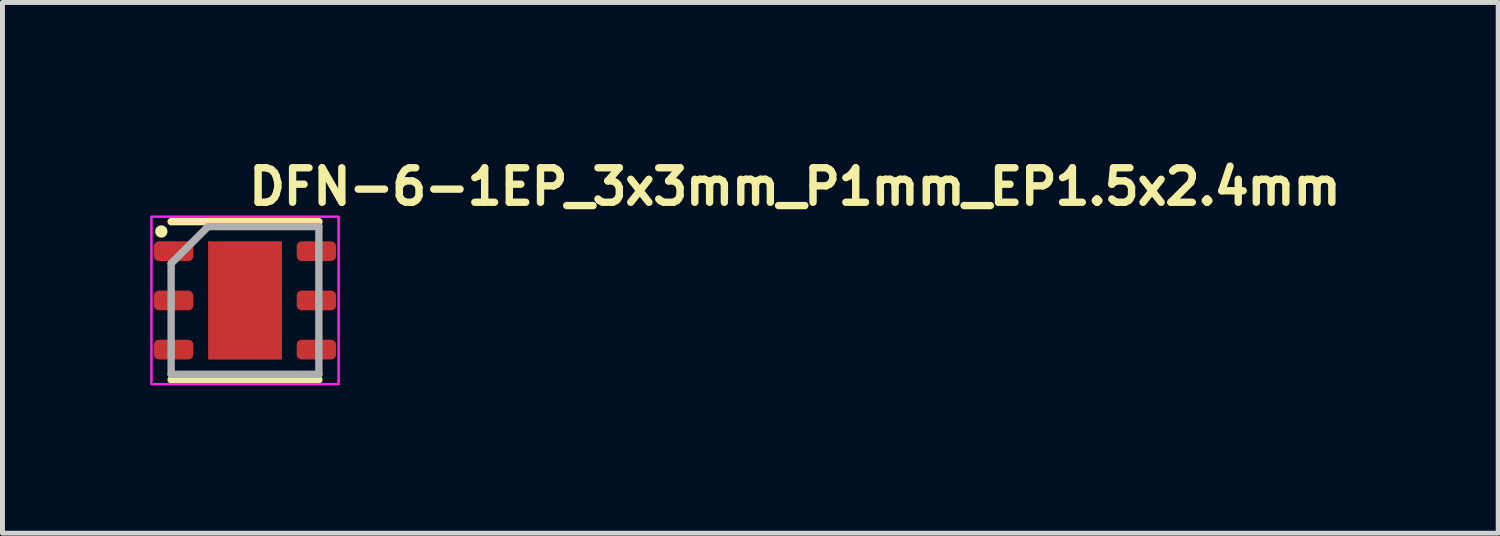
<source format=kicad_pcb>
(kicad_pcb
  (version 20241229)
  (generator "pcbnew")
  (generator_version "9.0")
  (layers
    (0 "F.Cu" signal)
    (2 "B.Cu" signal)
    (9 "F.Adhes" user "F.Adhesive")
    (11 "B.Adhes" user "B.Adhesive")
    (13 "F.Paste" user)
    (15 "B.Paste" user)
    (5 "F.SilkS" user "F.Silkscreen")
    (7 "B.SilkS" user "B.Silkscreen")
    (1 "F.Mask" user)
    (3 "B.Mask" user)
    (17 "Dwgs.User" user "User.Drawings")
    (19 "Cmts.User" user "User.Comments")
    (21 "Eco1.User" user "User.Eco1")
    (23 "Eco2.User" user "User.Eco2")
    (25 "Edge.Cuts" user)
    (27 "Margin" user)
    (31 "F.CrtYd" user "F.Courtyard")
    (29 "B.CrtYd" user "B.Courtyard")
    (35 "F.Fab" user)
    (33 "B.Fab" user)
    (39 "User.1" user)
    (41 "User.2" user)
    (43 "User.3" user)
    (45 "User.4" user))
  (footprint "DFN-6-1EP_3x3mm_P1mm_EP1.5x2.4mm"
    (layer "F.Cu")
    (at 1.925 3.05)
    (property "Reference" "DFN-6-1EP_3x3mm_P1mm_EP1.5x2.4mm" (at 0 -1.9 0) (layer "F.SilkS") (effects (font (size 0.7 0.7) (thickness 0.15)) (justify left bottom)))
    (attr smd)
    (fp_line (start -1.5 -1.6) (end 1.5 -1.6) (stroke (width 0.15) (type solid)) (layer "F.SilkS"))
    (fp_line (start -1.5 1.61) (end 1.499 1.61) (stroke (width 0.15) (type solid)) (layer "F.SilkS"))
    (fp_circle (center -1.7 -1.4) (end -1.65 -1.4) (stroke (width 0.15) (type solid)) (fill yes) (layer "F.SilkS"))
    (fp_rect (start -1.9 -1.7) (end 1.9 1.7) (stroke (width 0.05) (type solid)) (fill no) (layer "F.CrtYd"))
    (fp_line (start -1.5 -0.75) (end -0.75 -1.5) (stroke (width 0.15) (type solid)) (layer "F.Fab"))
    (fp_line (start -1.5 1.499) (end -1.5 -0.75) (stroke (width 0.15) (type solid)) (layer "F.Fab"))
    (fp_line (start -0.75 -1.5) (end 1.499 -1.5) (stroke (width 0.15) (type solid)) (layer "F.Fab"))
    (fp_line (start 1.499 -1.5) (end 1.499 1.499) (stroke (width 0.15) (type solid)) (layer "F.Fab"))
    (fp_line (start 1.499 1.499) (end -1.5 1.499) (stroke (width 0.15) (type solid)) (layer "F.Fab"))
    (fp_rect (start -1.526 -1.5) (end 1.523 1.499) (stroke (width 0.1) (type solid)) (fill no) (layer "User.5"))
    (fp_line (start -1.523 -0.748) (end -1.523 -1.148) (stroke (width 0.02) (type solid)) (layer "User.9"))
    (fp_line (start -1.523 0.202) (end -1.523 -0.2) (stroke (width 0.02) (type solid)) (layer "User.9"))
    (fp_line (start -1.523 1.151) (end -1.523 0.75) (stroke (width 0.02) (type solid)) (layer "User.9"))
    (fp_line (start -1.499 -1.481) (end -1.499 -1.479) (stroke (width 0.02) (type solid)) (layer "User.9"))
    (fp_line (start -1.499 -1.479) (end -1.499 -1.477) (stroke (width 0.02) (type solid)) (layer "User.9"))
    (fp_line (start -1.499 -1.477) (end -1.499 -1.477) (stroke (width 0.02) (type solid)) (layer "User.9"))
    (fp_line (start -1.499 -1.477) (end -1.499 -1.475) (stroke (width 0.02) (type solid)) (layer "User.9"))
    (fp_line (start -1.499 -1.475) (end -1.499 -1.475) (stroke (width 0.02) (type solid)) (layer "User.9"))
    (fp_line (start -1.499 -1.475) (end -1.499 1.476) (stroke (width 0.02) (type solid)) (layer "User.9"))
    (fp_line (start -1.499 -1.148) (end -1.523 -1.148) (stroke (width 0.02) (type solid)) (layer "User.9"))
    (fp_line (start -1.499 -0.748) (end -1.523 -0.748) (stroke (width 0.02) (type solid)) (layer "User.9"))
    (fp_line (start -1.499 -0.2) (end -1.523 -0.2) (stroke (width 0.02) (type solid)) (layer "User.9"))
    (fp_line (start -1.499 0.202) (end -1.523 0.202) (stroke (width 0.02) (type solid)) (layer "User.9"))
    (fp_line (start -1.499 0.75) (end -1.523 0.75) (stroke (width 0.02) (type solid)) (layer "User.9"))
    (fp_line (start -1.499 1.151) (end -1.523 1.151) (stroke (width 0.02) (type solid)) (layer "User.9"))
    (fp_line (start -1.499 1.476) (end -1.499 1.478) (stroke (width 0.02) (type solid)) (layer "User.9"))
    (fp_line (start -1.499 1.478) (end -1.499 1.478) (stroke (width 0.02) (type solid)) (layer "User.9"))
    (fp_line (start -1.499 1.478) (end -1.499 1.48) (stroke (width 0.02) (type solid)) (layer "User.9"))
    (fp_line (start -1.499 1.48) (end -1.499 1.482) (stroke (width 0.02) (type solid)) (layer "User.9"))
    (fp_line (start -1.499 1.482) (end -1.499 1.482) (stroke (width 0.02) (type solid)) (layer "User.9"))
    (fp_line (start -1.499 1.482) (end -1.497 1.484) (stroke (width 0.02) (type solid)) (layer "User.9"))
    (fp_line (start -1.497 -1.485) (end -1.497 -1.483) (stroke (width 0.02) (type solid)) (layer "User.9"))
    (fp_line (start -1.497 -1.483) (end -1.497 -1.483) (stroke (width 0.02) (type solid)) (layer "User.9"))
    (fp_line (start -1.497 -1.483) (end -1.497 -1.481) (stroke (width 0.02) (type solid)) (layer "User.9"))
    (fp_line (start -1.497 -1.481) (end -1.499 -1.481) (stroke (width 0.02) (type solid)) (layer "User.9"))
    (fp_line (start -1.497 1.484) (end -1.497 1.484) (stroke (width 0.02) (type solid)) (layer "User.9"))
    (fp_line (start -1.497 1.484) (end -1.497 1.486) (stroke (width 0.02) (type solid)) (layer "User.9"))
    (fp_line (start -1.497 1.486) (end -1.497 1.486) (stroke (width 0.02) (type solid)) (layer "User.9"))
    (fp_line (start -1.497 1.486) (end -1.495 1.488) (stroke (width 0.02) (type solid)) (layer "User.9"))
    (fp_line (start -1.495 -1.489) (end -1.495 -1.487) (stroke (width 0.02) (type solid)) (layer "User.9"))
    (fp_line (start -1.495 -1.487) (end -1.495 -1.487) (stroke (width 0.02) (type solid)) (layer "User.9"))
    (fp_line (start -1.495 -1.487) (end -1.495 -1.485) (stroke (width 0.02) (type solid)) (layer "User.9"))
    (fp_line (start -1.495 -1.485) (end -1.497 -1.485) (stroke (width 0.02) (type solid)) (layer "User.9"))
    (fp_line (start -1.495 1.488) (end -1.495 1.488) (stroke (width 0.02) (type solid)) (layer "User.9"))
    (fp_line (start -1.495 1.488) (end -1.495 1.49) (stroke (width 0.02) (type solid)) (layer "User.9"))
    (fp_line (start -1.495 1.49) (end -1.495 1.49) (stroke (width 0.02) (type solid)) (layer "User.9"))
    (fp_line (start -1.495 1.49) (end -1.493 1.492) (stroke (width 0.02) (type solid)) (layer "User.9"))
    (fp_line (start -1.493 -1.491) (end -1.493 -1.489) (stroke (width 0.02) (type solid)) (layer "User.9"))
    (fp_line (start -1.493 -1.489) (end -1.495 -1.489) (stroke (width 0.02) (type solid)) (layer "User.9"))
    (fp_line (start -1.493 1.492) (end -1.493 1.492) (stroke (width 0.02) (type solid)) (layer "User.9"))
    (fp_line (start -1.493 1.492) (end -1.491 1.494) (stroke (width 0.02) (type solid)) (layer "User.9"))
    (fp_line (start -1.491 -1.493) (end -1.491 -1.491) (stroke (width 0.02) (type solid)) (layer "User.9"))
    (fp_line (start -1.491 -1.491) (end -1.493 -1.491) (stroke (width 0.02) (type solid)) (layer "User.9"))
    (fp_line (start -1.491 1.494) (end -1.491 1.494) (stroke (width 0.02) (type solid)) (layer "User.9"))
    (fp_line (start -1.491 1.494) (end -1.489 1.496) (stroke (width 0.02) (type solid)) (layer "User.9"))
    (fp_line (start -1.489 -1.495) (end -1.489 -1.493) (stroke (width 0.02) (type solid)) (layer "User.9"))
    (fp_line (start -1.489 -1.493) (end -1.491 -1.493) (stroke (width 0.02) (type solid)) (layer "User.9"))
    (fp_line (start -1.489 1.496) (end -1.489 1.496) (stroke (width 0.02) (type solid)) (layer "User.9"))
    (fp_line (start -1.489 1.496) (end -1.487 1.496) (stroke (width 0.02) (type solid)) (layer "User.9"))
    (fp_line (start -1.487 -1.495) (end -1.489 -1.495) (stroke (width 0.02) (type solid)) (layer "User.9"))
    (fp_line (start -1.487 -1.495) (end -1.487 -1.495) (stroke (width 0.02) (type solid)) (layer "User.9"))
    (fp_line (start -1.487 1.496) (end -1.487 1.498) (stroke (width 0.02) (type solid)) (layer "User.9"))
    (fp_line (start -1.487 1.498) (end -1.485 1.498) (stroke (width 0.02) (type solid)) (layer "User.9"))
    (fp_line (start -1.485 -1.497) (end -1.485 -1.495) (stroke (width 0.02) (type solid)) (layer "User.9"))
    (fp_line (start -1.485 -1.495) (end -1.487 -1.495) (stroke (width 0.02) (type solid)) (layer "User.9"))
    (fp_line (start -1.485 1.498) (end -1.485 1.498) (stroke (width 0.02) (type solid)) (layer "User.9"))
    (fp_line (start -1.485 1.498) (end -1.483 1.5) (stroke (width 0.02) (type solid)) (layer "User.9"))
    (fp_line (start -1.483 -1.497) (end -1.485 -1.497) (stroke (width 0.02) (type solid)) (layer "User.9"))
    (fp_line (start -1.483 -1.497) (end -1.483 -1.497) (stroke (width 0.02) (type solid)) (layer "User.9"))
    (fp_line (start -1.483 1.5) (end -1.483 1.5) (stroke (width 0.02) (type solid)) (layer "User.9"))
    (fp_line (start -1.483 1.5) (end -1.481 1.5) (stroke (width 0.02) (type solid)) (layer "User.9"))
    (fp_line (start -1.481 -1.499) (end -1.481 -1.497) (stroke (width 0.02) (type solid)) (layer "User.9"))
    (fp_line (start -1.481 -1.497) (end -1.483 -1.497) (stroke (width 0.02) (type solid)) (layer "User.9"))
    (fp_line (start -1.481 1.5) (end -1.481 1.5) (stroke (width 0.02) (type solid)) (layer "User.9"))
    (fp_line (start -1.481 1.5) (end -1.479 1.5) (stroke (width 0.02) (type solid)) (layer "User.9"))
    (fp_line (start -1.479 -1.499) (end -1.481 -1.499) (stroke (width 0.02) (type solid)) (layer "User.9"))
    (fp_line (start -1.479 1.5) (end -1.477 1.5) (stroke (width 0.02) (type solid)) (layer "User.9"))
    (fp_line (start -1.477 -1.499) (end -1.479 -1.499) (stroke (width 0.02) (type solid)) (layer "User.9"))
    (fp_line (start -1.477 -1.499) (end -1.477 -1.499) (stroke (width 0.02) (type solid)) (layer "User.9"))
    (fp_line (start -1.477 1.5) (end -1.477 1.5) (stroke (width 0.02) (type solid)) (layer "User.9"))
    (fp_line (start -1.477 1.5) (end -1.475 1.5) (stroke (width 0.02) (type solid)) (layer "User.9"))
    (fp_line (start -1.475 -1.499) (end -1.477 -1.499) (stroke (width 0.02) (type solid)) (layer "User.9"))
    (fp_line (start -1.475 -1.499) (end -1.475 -1.499) (stroke (width 0.02) (type solid)) (layer "User.9"))
    (fp_line (start -1.475 1.5) (end -1.475 1.5) (stroke (width 0.02) (type solid)) (layer "User.9"))
    (fp_line (start -1.324 -0.964) (end -1.324 -0.957) (stroke (width 0.02) (type solid)) (layer "User.9"))
    (fp_line (start -1.324 -0.957) (end -1.324 -0.949) (stroke (width 0.02) (type solid)) (layer "User.9"))
    (fp_line (start -1.324 -0.949) (end -1.324 -0.949) (stroke (width 0.02) (type solid)) (layer "User.9"))
    (fp_line (start -1.324 -0.949) (end -1.324 -0.949) (stroke (width 0.02) (type solid)) (layer "User.9"))
    (fp_line (start -1.324 -0.949) (end -1.324 -0.942) (stroke (width 0.02) (type solid)) (layer "User.9"))
    (fp_line (start -1.324 -0.942) (end -1.324 -0.934) (stroke (width 0.02) (type solid)) (layer "User.9"))
    (fp_line (start -1.324 -0.934) (end -1.322 -0.927) (stroke (width 0.02) (type solid)) (layer "User.9"))
    (fp_line (start -1.322 -0.971) (end -1.324 -0.964) (stroke (width 0.02) (type solid)) (layer "User.9"))
    (fp_line (start -1.322 -0.927) (end -1.32 -0.919) (stroke (width 0.02) (type solid)) (layer "User.9"))
    (fp_line (start -1.32 -0.986) (end -1.32 -0.979) (stroke (width 0.02) (type solid)) (layer "User.9"))
    (fp_line (start -1.32 -0.979) (end -1.322 -0.971) (stroke (width 0.02) (type solid)) (layer "User.9"))
    (fp_line (start -1.32 -0.919) (end -1.32 -0.912) (stroke (width 0.02) (type solid)) (layer "User.9"))
    (fp_line (start -1.32 -0.912) (end -1.318 -0.905) (stroke (width 0.02) (type solid)) (layer "User.9"))
    (fp_line (start -1.318 -0.993) (end -1.32 -0.986) (stroke (width 0.02) (type solid)) (layer "User.9"))
    (fp_line (start -1.318 -0.905) (end -1.314 -0.898) (stroke (width 0.02) (type solid)) (layer "User.9"))
    (fp_line (start -1.314 -1.001) (end -1.318 -0.993) (stroke (width 0.02) (type solid)) (layer "User.9"))
    (fp_line (start -1.314 -0.898) (end -1.312 -0.89) (stroke (width 0.02) (type solid)) (layer "User.9"))
    (fp_line (start -1.312 -1.007) (end -1.314 -1.001) (stroke (width 0.02) (type solid)) (layer "User.9"))
    (fp_line (start -1.312 -0.89) (end -1.31 -0.883) (stroke (width 0.02) (type solid)) (layer "User.9"))
    (fp_line (start -1.31 -1.015) (end -1.312 -1.007) (stroke (width 0.02) (type solid)) (layer "User.9"))
    (fp_line (start -1.31 -0.883) (end -1.306 -0.877) (stroke (width 0.02) (type solid)) (layer "User.9"))
    (fp_line (start -1.306 -1.021) (end -1.31 -1.015) (stroke (width 0.02) (type solid)) (layer "User.9"))
    (fp_line (start -1.306 -0.877) (end -1.302 -0.871) (stroke (width 0.02) (type solid)) (layer "User.9"))
    (fp_line (start -1.302 -1.026) (end -1.306 -1.021) (stroke (width 0.02) (type solid)) (layer "User.9"))
    (fp_line (start -1.302 -0.871) (end -1.298 -0.865) (stroke (width 0.02) (type solid)) (layer "User.9"))
    (fp_line (start -1.298 -1.032) (end -1.302 -1.026) (stroke (width 0.02) (type solid)) (layer "User.9"))
    (fp_line (start -1.298 -0.865) (end -1.294 -0.859) (stroke (width 0.02) (type solid)) (layer "User.9"))
    (fp_line (start -1.294 -1.038) (end -1.298 -1.032) (stroke (width 0.02) (type solid)) (layer "User.9"))
    (fp_line (start -1.294 -0.859) (end -1.29 -0.853) (stroke (width 0.02) (type solid)) (layer "User.9"))
    (fp_line (start -1.29 -1.044) (end -1.294 -1.038) (stroke (width 0.02) (type solid)) (layer "User.9"))
    (fp_line (start -1.29 -0.853) (end -1.286 -0.848) (stroke (width 0.02) (type solid)) (layer "User.9"))
    (fp_line (start -1.286 -1.05) (end -1.29 -1.044) (stroke (width 0.02) (type solid)) (layer "User.9"))
    (fp_line (start -1.286 -0.848) (end -1.28 -0.842) (stroke (width 0.02) (type solid)) (layer "User.9"))
    (fp_line (start -1.28 -1.056) (end -1.286 -1.05) (stroke (width 0.02) (type solid)) (layer "User.9"))
    (fp_line (start -1.28 -0.842) (end -1.275 -0.837) (stroke (width 0.02) (type solid)) (layer "User.9"))
    (fp_line (start -1.275 -1.06) (end -1.28 -1.056) (stroke (width 0.02) (type solid)) (layer "User.9"))
    (fp_line (start -1.275 -0.837) (end -1.269 -0.833) (stroke (width 0.02) (type solid)) (layer "User.9"))
    (fp_line (start -1.269 -1.064) (end -1.275 -1.06) (stroke (width 0.02) (type solid)) (layer "User.9"))
    (fp_line (start -1.269 -0.833) (end -1.263 -0.829) (stroke (width 0.02) (type solid)) (layer "User.9"))
    (fp_line (start -1.263 -1.07) (end -1.269 -1.064) (stroke (width 0.02) (type solid)) (layer "User.9"))
    (fp_line (start -1.263 -0.829) (end -1.257 -0.825) (stroke (width 0.02) (type solid)) (layer "User.9"))
    (fp_line (start -1.257 -1.074) (end -1.263 -1.07) (stroke (width 0.02) (type solid)) (layer "User.9"))
    (fp_line (start -1.257 -0.825) (end -1.251 -0.821) (stroke (width 0.02) (type solid)) (layer "User.9"))
    (fp_line (start -1.251 -1.078) (end -1.257 -1.074) (stroke (width 0.02) (type solid)) (layer "User.9"))
    (fp_line (start -1.251 -0.821) (end -1.245 -0.818) (stroke (width 0.02) (type solid)) (layer "User.9"))
    (fp_line (start -1.245 -1.08) (end -1.251 -1.078) (stroke (width 0.02) (type solid)) (layer "User.9"))
    (fp_line (start -1.245 -0.818) (end -1.239 -0.814) (stroke (width 0.02) (type solid)) (layer "User.9"))
    (fp_line (start -1.239 -1.084) (end -1.245 -1.08) (stroke (width 0.02) (type solid)) (layer "User.9"))
    (fp_line (start -1.239 -0.814) (end -1.233 -0.811) (stroke (width 0.02) (type solid)) (layer "User.9"))
    (fp_line (start -1.233 -1.088) (end -1.239 -1.084) (stroke (width 0.02) (type solid)) (layer "User.9"))
    (fp_line (start -1.233 -0.811) (end -1.225 -0.809) (stroke (width 0.02) (type solid)) (layer "User.9"))
    (fp_line (start -1.225 -1.09) (end -1.233 -1.088) (stroke (width 0.02) (type solid)) (layer "User.9"))
    (fp_line (start -1.225 -0.809) (end -1.219 -0.806) (stroke (width 0.02) (type solid)) (layer "User.9"))
    (fp_line (start -1.219 -1.092) (end -1.225 -1.09) (stroke (width 0.02) (type solid)) (layer "User.9"))
    (fp_line (start -1.219 -0.806) (end -1.211 -0.804) (stroke (width 0.02) (type solid)) (layer "User.9"))
    (fp_line (start -1.211 -1.094) (end -1.219 -1.092) (stroke (width 0.02) (type solid)) (layer "User.9"))
    (fp_line (start -1.211 -0.804) (end -1.205 -0.803) (stroke (width 0.02) (type solid)) (layer "User.9"))
    (fp_line (start -1.205 -1.096) (end -1.211 -1.094) (stroke (width 0.02) (type solid)) (layer "User.9"))
    (fp_line (start -1.205 -0.803) (end -1.197 -0.801) (stroke (width 0.02) (type solid)) (layer "User.9"))
    (fp_line (start -1.197 -1.098) (end -1.205 -1.096) (stroke (width 0.02) (type solid)) (layer "User.9"))
    (fp_line (start -1.197 -0.801) (end -1.189 -0.8) (stroke (width 0.02) (type solid)) (layer "User.9"))
    (fp_line (start -1.189 -1.098) (end -1.197 -1.098) (stroke (width 0.02) (type solid)) (layer "User.9"))
    (fp_line (start -1.189 -0.8) (end -1.181 -0.8) (stroke (width 0.02) (type solid)) (layer "User.9"))
    (fp_line (start -1.181 -1.098) (end -1.189 -1.098) (stroke (width 0.02) (type solid)) (layer "User.9"))
    (fp_line (start -1.181 -0.8) (end -1.175 -0.8) (stroke (width 0.02) (type solid)) (layer "User.9"))
    (fp_line (start -1.175 -1.1) (end -1.181 -1.098) (stroke (width 0.02) (type solid)) (layer "User.9"))
    (fp_line (start -1.175 -1.1) (end -1.175 -1.1) (stroke (width 0.02) (type solid)) (layer "User.9"))
    (fp_line (start -1.175 -0.8) (end -1.175 -0.8) (stroke (width 0.02) (type solid)) (layer "User.9"))
    (fp_line (start -1.175 -0.8) (end -1.167 -0.8) (stroke (width 0.02) (type solid)) (layer "User.9"))
    (fp_line (start -1.167 -1.098) (end -1.175 -1.1) (stroke (width 0.02) (type solid)) (layer "User.9"))
    (fp_line (start -1.167 -0.8) (end -1.159 -0.8) (stroke (width 0.02) (type solid)) (layer "User.9"))
    (fp_line (start -1.159 -1.098) (end -1.167 -1.098) (stroke (width 0.02) (type solid)) (layer "User.9"))
    (fp_line (start -1.159 -0.8) (end -1.152 -0.801) (stroke (width 0.02) (type solid)) (layer "User.9"))
    (fp_line (start -1.152 -1.098) (end -1.159 -1.098) (stroke (width 0.02) (type solid)) (layer "User.9"))
    (fp_line (start -1.152 -0.801) (end -1.144 -0.803) (stroke (width 0.02) (type solid)) (layer "User.9"))
    (fp_line (start -1.144 -1.096) (end -1.152 -1.098) (stroke (width 0.02) (type solid)) (layer "User.9"))
    (fp_line (start -1.144 -0.803) (end -1.136 -0.804) (stroke (width 0.02) (type solid)) (layer "User.9"))
    (fp_line (start -1.136 -1.094) (end -1.144 -1.096) (stroke (width 0.02) (type solid)) (layer "User.9"))
    (fp_line (start -1.136 -0.804) (end -1.13 -0.806) (stroke (width 0.02) (type solid)) (layer "User.9"))
    (fp_line (start -1.13 -1.092) (end -1.136 -1.094) (stroke (width 0.02) (type solid)) (layer "User.9"))
    (fp_line (start -1.13 -0.806) (end -1.122 -0.809) (stroke (width 0.02) (type solid)) (layer "User.9"))
    (fp_line (start -1.122 -1.09) (end -1.13 -1.092) (stroke (width 0.02) (type solid)) (layer "User.9"))
    (fp_line (start -1.122 -0.809) (end -1.116 -0.811) (stroke (width 0.02) (type solid)) (layer "User.9"))
    (fp_line (start -1.116 -1.088) (end -1.122 -1.09) (stroke (width 0.02) (type solid)) (layer "User.9"))
    (fp_line (start -1.116 -0.811) (end -1.108 -0.814) (stroke (width 0.02) (type solid)) (layer "User.9"))
    (fp_line (start -1.108 -1.084) (end -1.116 -1.088) (stroke (width 0.02) (type solid)) (layer "User.9"))
    (fp_line (start -1.108 -0.814) (end -1.102 -0.818) (stroke (width 0.02) (type solid)) (layer "User.9"))
    (fp_line (start -1.102 -1.08) (end -1.108 -1.084) (stroke (width 0.02) (type solid)) (layer "User.9"))
    (fp_line (start -1.102 -0.818) (end -1.096 -0.821) (stroke (width 0.02) (type solid)) (layer "User.9"))
    (fp_line (start -1.096 -1.078) (end -1.102 -1.08) (stroke (width 0.02) (type solid)) (layer "User.9"))
    (fp_line (start -1.096 -0.821) (end -1.09 -0.825) (stroke (width 0.02) (type solid)) (layer "User.9"))
    (fp_line (start -1.09 -1.074) (end -1.096 -1.078) (stroke (width 0.02) (type solid)) (layer "User.9"))
    (fp_line (start -1.09 -0.825) (end -1.084 -0.829) (stroke (width 0.02) (type solid)) (layer "User.9"))
    (fp_line (start -1.084 -1.07) (end -1.09 -1.074) (stroke (width 0.02) (type solid)) (layer "User.9"))
    (fp_line (start -1.084 -0.829) (end -1.078 -0.833) (stroke (width 0.02) (type solid)) (layer "User.9"))
    (fp_line (start -1.078 -1.064) (end -1.084 -1.07) (stroke (width 0.02) (type solid)) (layer "User.9"))
    (fp_line (start -1.078 -0.833) (end -1.074 -0.837) (stroke (width 0.02) (type solid)) (layer "User.9"))
    (fp_line (start -1.074 -1.06) (end -1.078 -1.064) (stroke (width 0.02) (type solid)) (layer "User.9"))
    (fp_line (start -1.074 -0.837) (end -1.068 -0.842) (stroke (width 0.02) (type solid)) (layer "User.9"))
    (fp_line (start -1.068 -1.056) (end -1.074 -1.06) (stroke (width 0.02) (type solid)) (layer "User.9"))
    (fp_line (start -1.068 -0.842) (end -1.062 -0.848) (stroke (width 0.02) (type solid)) (layer "User.9"))
    (fp_line (start -1.062 -1.05) (end -1.068 -1.056) (stroke (width 0.02) (type solid)) (layer "User.9"))
    (fp_line (start -1.062 -0.848) (end -1.058 -0.853) (stroke (width 0.02) (type solid)) (layer "User.9"))
    (fp_line (start -1.058 -1.044) (end -1.062 -1.05) (stroke (width 0.02) (type solid)) (layer "User.9"))
    (fp_line (start -1.058 -0.853) (end -1.054 -0.859) (stroke (width 0.02) (type solid)) (layer "User.9"))
    (fp_line (start -1.054 -1.038) (end -1.058 -1.044) (stroke (width 0.02) (type solid)) (layer "User.9"))
    (fp_line (start -1.054 -0.859) (end -1.05 -0.865) (stroke (width 0.02) (type solid)) (layer "User.9"))
    (fp_line (start -1.05 -1.032) (end -1.054 -1.038) (stroke (width 0.02) (type solid)) (layer "User.9"))
    (fp_line (start -1.05 -0.865) (end -1.046 -0.871) (stroke (width 0.02) (type solid)) (layer "User.9"))
    (fp_line (start -1.046 -1.026) (end -1.05 -1.032) (stroke (width 0.02) (type solid)) (layer "User.9"))
    (fp_line (start -1.046 -0.871) (end -1.042 -0.877) (stroke (width 0.02) (type solid)) (layer "User.9"))
    (fp_line (start -1.042 -1.021) (end -1.046 -1.026) (stroke (width 0.02) (type solid)) (layer "User.9"))
    (fp_line (start -1.042 -0.877) (end -1.038 -0.883) (stroke (width 0.02) (type solid)) (layer "User.9"))
    (fp_line (start -1.038 -1.015) (end -1.042 -1.021) (stroke (width 0.02) (type solid)) (layer "User.9"))
    (fp_line (start -1.038 -0.883) (end -1.036 -0.89) (stroke (width 0.02) (type solid)) (layer "User.9"))
    (fp_line (start -1.036 -1.007) (end -1.038 -1.015) (stroke (width 0.02) (type solid)) (layer "User.9"))
    (fp_line (start -1.036 -0.89) (end -1.034 -0.898) (stroke (width 0.02) (type solid)) (layer "User.9"))
    (fp_line (start -1.034 -1.001) (end -1.036 -1.007) (stroke (width 0.02) (type solid)) (layer "User.9"))
    (fp_line (start -1.034 -0.898) (end -1.03 -0.905) (stroke (width 0.02) (type solid)) (layer "User.9"))
    (fp_line (start -1.03 -0.993) (end -1.034 -1.001) (stroke (width 0.02) (type solid)) (layer "User.9"))
    (fp_line (start -1.03 -0.905) (end -1.028 -0.912) (stroke (width 0.02) (type solid)) (layer "User.9"))
    (fp_line (start -1.028 -0.986) (end -1.03 -0.993) (stroke (width 0.02) (type solid)) (layer "User.9"))
    (fp_line (start -1.028 -0.979) (end -1.028 -0.986) (stroke (width 0.02) (type solid)) (layer "User.9"))
    (fp_line (start -1.028 -0.919) (end -1.026 -0.927) (stroke (width 0.02) (type solid)) (layer "User.9"))
    (fp_line (start -1.028 -0.912) (end -1.028 -0.919) (stroke (width 0.02) (type solid)) (layer "User.9"))
    (fp_line (start -1.026 -0.971) (end -1.028 -0.979) (stroke (width 0.02) (type solid)) (layer "User.9"))
    (fp_line (start -1.026 -0.927) (end -1.024 -0.934) (stroke (width 0.02) (type solid)) (layer "User.9"))
    (fp_line (start -1.024 -0.964) (end -1.026 -0.971) (stroke (width 0.02) (type solid)) (layer "User.9"))
    (fp_line (start -1.024 -0.957) (end -1.024 -0.964) (stroke (width 0.02) (type solid)) (layer "User.9"))
    (fp_line (start -1.024 -0.949) (end -1.024 -0.957) (stroke (width 0.02) (type solid)) (layer "User.9"))
    (fp_line (start -1.024 -0.949) (end -1.024 -0.949) (stroke (width 0.02) (type solid)) (layer "User.9"))
    (fp_line (start -1.024 -0.942) (end -1.024 -0.949) (stroke (width 0.02) (type solid)) (layer "User.9"))
    (fp_line (start -1.024 -0.934) (end -1.024 -0.942) (stroke (width 0.02) (type solid)) (layer "User.9"))
    (fp_line (start 1.476 -1.499) (end -1.475 -1.499) (stroke (width 0.02) (type solid)) (layer "User.9"))
    (fp_line (start 1.476 1.5) (end -1.475 1.5) (stroke (width 0.02) (type solid)) (layer "User.9"))
    (fp_line (start 1.476 1.5) (end 1.478 1.5) (stroke (width 0.02) (type solid)) (layer "User.9"))
    (fp_line (start 1.478 -1.499) (end 1.476 -1.499) (stroke (width 0.02) (type solid)) (layer "User.9"))
    (fp_line (start 1.478 -1.499) (end 1.478 -1.499) (stroke (width 0.02) (type solid)) (layer "User.9"))
    (fp_line (start 1.478 1.5) (end 1.478 1.5) (stroke (width 0.02) (type solid)) (layer "User.9"))
    (fp_line (start 1.478 1.5) (end 1.48 1.5) (stroke (width 0.02) (type solid)) (layer "User.9"))
    (fp_line (start 1.48 -1.499) (end 1.478 -1.499) (stroke (width 0.02) (type solid)) (layer "User.9"))
    (fp_line (start 1.48 1.5) (end 1.482 1.5) (stroke (width 0.02) (type solid)) (layer "User.9"))
    (fp_line (start 1.482 -1.499) (end 1.48 -1.499) (stroke (width 0.02) (type solid)) (layer "User.9"))
    (fp_line (start 1.482 -1.499) (end 1.482 -1.499) (stroke (width 0.02) (type solid)) (layer "User.9"))
    (fp_line (start 1.482 1.5) (end 1.482 1.5) (stroke (width 0.02) (type solid)) (layer "User.9"))
    (fp_line (start 1.482 1.5) (end 1.484 1.5) (stroke (width 0.02) (type solid)) (layer "User.9"))
    (fp_line (start 1.484 -1.497) (end 1.482 -1.499) (stroke (width 0.02) (type solid)) (layer "User.9"))
    (fp_line (start 1.484 -1.497) (end 1.484 -1.497) (stroke (width 0.02) (type solid)) (layer "User.9"))
    (fp_line (start 1.484 1.5) (end 1.484 1.5) (stroke (width 0.02) (type solid)) (layer "User.9"))
    (fp_line (start 1.484 1.5) (end 1.486 1.5) (stroke (width 0.02) (type solid)) (layer "User.9"))
    (fp_line (start 1.486 -1.497) (end 1.484 -1.497) (stroke (width 0.02) (type solid)) (layer "User.9"))
    (fp_line (start 1.486 -1.497) (end 1.486 -1.497) (stroke (width 0.02) (type solid)) (layer "User.9"))
    (fp_line (start 1.486 1.498) (end 1.488 1.498) (stroke (width 0.02) (type solid)) (layer "User.9"))
    (fp_line (start 1.486 1.5) (end 1.486 1.498) (stroke (width 0.02) (type solid)) (layer "User.9"))
    (fp_line (start 1.488 -1.495) (end 1.486 -1.497) (stroke (width 0.02) (type solid)) (layer "User.9"))
    (fp_line (start 1.488 -1.495) (end 1.488 -1.495) (stroke (width 0.02) (type solid)) (layer "User.9"))
    (fp_line (start 1.488 1.498) (end 1.488 1.498) (stroke (width 0.02) (type solid)) (layer "User.9"))
    (fp_line (start 1.488 1.498) (end 1.49 1.496) (stroke (width 0.02) (type solid)) (layer "User.9"))
    (fp_line (start 1.49 -1.495) (end 1.488 -1.495) (stroke (width 0.02) (type solid)) (layer "User.9"))
    (fp_line (start 1.49 -1.495) (end 1.49 -1.495) (stroke (width 0.02) (type solid)) (layer "User.9"))
    (fp_line (start 1.49 1.496) (end 1.49 1.496) (stroke (width 0.02) (type solid)) (layer "User.9"))
    (fp_line (start 1.49 1.496) (end 1.492 1.496) (stroke (width 0.02) (type solid)) (layer "User.9"))
    (fp_line (start 1.492 -1.493) (end 1.49 -1.495) (stroke (width 0.02) (type solid)) (layer "User.9"))
    (fp_line (start 1.492 -1.493) (end 1.492 -1.493) (stroke (width 0.02) (type solid)) (layer "User.9"))
    (fp_line (start 1.492 1.494) (end 1.494 1.494) (stroke (width 0.02) (type solid)) (layer "User.9"))
    (fp_line (start 1.492 1.496) (end 1.492 1.494) (stroke (width 0.02) (type solid)) (layer "User.9"))
    (fp_line (start 1.494 -1.491) (end 1.492 -1.493) (stroke (width 0.02) (type solid)) (layer "User.9"))
    (fp_line (start 1.494 -1.491) (end 1.494 -1.491) (stroke (width 0.02) (type solid)) (layer "User.9"))
    (fp_line (start 1.494 1.492) (end 1.496 1.492) (stroke (width 0.02) (type solid)) (layer "User.9"))
    (fp_line (start 1.494 1.494) (end 1.494 1.492) (stroke (width 0.02) (type solid)) (layer "User.9"))
    (fp_line (start 1.496 -1.489) (end 1.494 -1.491) (stroke (width 0.02) (type solid)) (layer "User.9"))
    (fp_line (start 1.496 -1.489) (end 1.496 -1.489) (stroke (width 0.02) (type solid)) (layer "User.9"))
    (fp_line (start 1.496 -1.487) (end 1.496 -1.489) (stroke (width 0.02) (type solid)) (layer "User.9"))
    (fp_line (start 1.496 1.49) (end 1.496 1.49) (stroke (width 0.02) (type solid)) (layer "User.9"))
    (fp_line (start 1.496 1.49) (end 1.498 1.488) (stroke (width 0.02) (type solid)) (layer "User.9"))
    (fp_line (start 1.496 1.492) (end 1.496 1.49) (stroke (width 0.02) (type solid)) (layer "User.9"))
    (fp_line (start 1.498 -1.487) (end 1.496 -1.487) (stroke (width 0.02) (type solid)) (layer "User.9"))
    (fp_line (start 1.498 -1.485) (end 1.498 -1.487) (stroke (width 0.02) (type solid)) (layer "User.9"))
    (fp_line (start 1.498 -1.485) (end 1.498 -1.485) (stroke (width 0.02) (type solid)) (layer "User.9"))
    (fp_line (start 1.498 1.486) (end 1.5 1.486) (stroke (width 0.02) (type solid)) (layer "User.9"))
    (fp_line (start 1.498 1.488) (end 1.498 1.486) (stroke (width 0.02) (type solid)) (layer "User.9"))
    (fp_line (start 1.498 1.488) (end 1.498 1.488) (stroke (width 0.02) (type solid)) (layer "User.9"))
    (fp_line (start 1.5 -1.483) (end 1.498 -1.485) (stroke (width 0.02) (type solid)) (layer "User.9"))
    (fp_line (start 1.5 -1.483) (end 1.5 -1.483) (stroke (width 0.02) (type solid)) (layer "User.9"))
    (fp_line (start 1.5 -1.481) (end 1.5 -1.483) (stroke (width 0.02) (type solid)) (layer "User.9"))
    (fp_line (start 1.5 -1.481) (end 1.5 -1.481) (stroke (width 0.02) (type solid)) (layer "User.9"))
    (fp_line (start 1.5 -1.479) (end 1.5 -1.481) (stroke (width 0.02) (type solid)) (layer "User.9"))
    (fp_line (start 1.5 -1.477) (end 1.5 -1.479) (stroke (width 0.02) (type solid)) (layer "User.9"))
    (fp_line (start 1.5 -1.477) (end 1.5 -1.477) (stroke (width 0.02) (type solid)) (layer "User.9"))
    (fp_line (start 1.5 -1.475) (end 1.5 -1.477) (stroke (width 0.02) (type solid)) (layer "User.9"))
    (fp_line (start 1.5 -1.475) (end 1.5 -1.475) (stroke (width 0.02) (type solid)) (layer "User.9"))
    (fp_line (start 1.5 -1.475) (end 1.5 1.476) (stroke (width 0.02) (type solid)) (layer "User.9"))
    (fp_line (start 1.5 -1.148) (end 1.526 -1.148) (stroke (width 0.02) (type solid)) (layer "User.9"))
    (fp_line (start 1.5 -0.748) (end 1.526 -0.748) (stroke (width 0.02) (type solid)) (layer "User.9"))
    (fp_line (start 1.5 -0.2) (end 1.526 -0.2) (stroke (width 0.02) (type solid)) (layer "User.9"))
    (fp_line (start 1.5 0.202) (end 1.526 0.202) (stroke (width 0.02) (type solid)) (layer "User.9"))
    (fp_line (start 1.5 0.75) (end 1.526 0.75) (stroke (width 0.02) (type solid)) (layer "User.9"))
    (fp_line (start 1.5 1.151) (end 1.526 1.151) (stroke (width 0.02) (type solid)) (layer "User.9"))
    (fp_line (start 1.5 1.478) (end 1.5 1.476) (stroke (width 0.02) (type solid)) (layer "User.9"))
    (fp_line (start 1.5 1.478) (end 1.5 1.478) (stroke (width 0.02) (type solid)) (layer "User.9"))
    (fp_line (start 1.5 1.48) (end 1.5 1.478) (stroke (width 0.02) (type solid)) (layer "User.9"))
    (fp_line (start 1.5 1.482) (end 1.5 1.48) (stroke (width 0.02) (type solid)) (layer "User.9"))
    (fp_line (start 1.5 1.482) (end 1.5 1.482) (stroke (width 0.02) (type solid)) (layer "User.9"))
    (fp_line (start 1.5 1.484) (end 1.5 1.482) (stroke (width 0.02) (type solid)) (layer "User.9"))
    (fp_line (start 1.5 1.484) (end 1.5 1.484) (stroke (width 0.02) (type solid)) (layer "User.9"))
    (fp_line (start 1.5 1.486) (end 1.5 1.484) (stroke (width 0.02) (type solid)) (layer "User.9"))
    (fp_line (start 1.526 -0.748) (end 1.526 -1.148) (stroke (width 0.02) (type solid)) (layer "User.9"))
    (fp_line (start 1.526 0.202) (end 1.526 -0.2) (stroke (width 0.02) (type solid)) (layer "User.9"))
    (fp_line (start 1.526 1.151) (end 1.526 0.75) (stroke (width 0.02) (type solid)) (layer "User.9"))
    (pad "" smd roundrect (at -0.375 -0.6) (size 0.6 0.97) (layers "F.Paste") (roundrect_rratio 0.25))
    (pad "" smd roundrect (at -0.375 0.598) (size 0.6 0.97) (layers "F.Paste") (roundrect_rratio 0.25))
    (pad "" smd roundrect (at 0.373 -0.6) (size 0.6 0.97) (layers "F.Paste") (roundrect_rratio 0.25))
    (pad "" smd roundrect (at 0.373 0.598) (size 0.6 0.97) (layers "F.Paste") (roundrect_rratio 0.25))
    (pad "1" smd roundrect (at -1.45 -1) (size 0.8 0.4) (layers "F.Cu" "F.Mask" "F.Paste") (roundrect_rratio 0.25))
    (pad "2" smd roundrect (at -1.45 0) (size 0.8 0.4) (layers "F.Cu" "F.Mask" "F.Paste") (roundrect_rratio 0.25))
    (pad "3" smd roundrect (at -1.45 0.998) (size 0.8 0.4) (layers "F.Cu" "F.Mask" "F.Paste") (roundrect_rratio 0.25))
    (pad "4" smd roundrect (at 1.449 0.998) (size 0.8 0.4) (layers "F.Cu" "F.Mask" "F.Paste") (roundrect_rratio 0.25))
    (pad "5" smd roundrect (at 1.449 0) (size 0.8 0.4) (layers "F.Cu" "F.Mask" "F.Paste") (roundrect_rratio 0.25))
    (pad "6" smd roundrect (at 1.449 -1) (size 0.8 0.4) (layers "F.Cu" "F.Mask" "F.Paste") (roundrect_rratio 0.25))
    (pad "7" smd rect (at 0 0) (size 1.5 2.4) (layers "F.Cu" "F.Mask")))
  (gr_rect
    (start -3 -3)
    (end 27.368 7.775)
    (stroke (width 0.1) (type default))
    (fill no)
    (layer "Edge.Cuts")))
</source>
